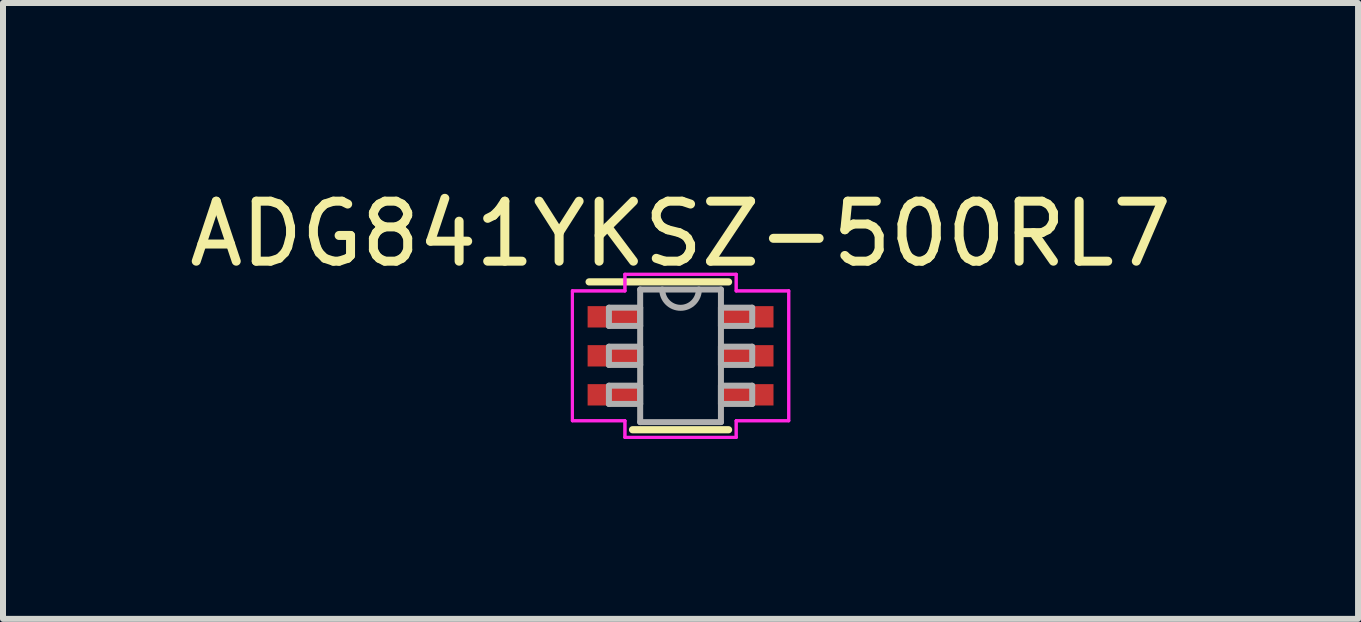
<source format=kicad_pcb>
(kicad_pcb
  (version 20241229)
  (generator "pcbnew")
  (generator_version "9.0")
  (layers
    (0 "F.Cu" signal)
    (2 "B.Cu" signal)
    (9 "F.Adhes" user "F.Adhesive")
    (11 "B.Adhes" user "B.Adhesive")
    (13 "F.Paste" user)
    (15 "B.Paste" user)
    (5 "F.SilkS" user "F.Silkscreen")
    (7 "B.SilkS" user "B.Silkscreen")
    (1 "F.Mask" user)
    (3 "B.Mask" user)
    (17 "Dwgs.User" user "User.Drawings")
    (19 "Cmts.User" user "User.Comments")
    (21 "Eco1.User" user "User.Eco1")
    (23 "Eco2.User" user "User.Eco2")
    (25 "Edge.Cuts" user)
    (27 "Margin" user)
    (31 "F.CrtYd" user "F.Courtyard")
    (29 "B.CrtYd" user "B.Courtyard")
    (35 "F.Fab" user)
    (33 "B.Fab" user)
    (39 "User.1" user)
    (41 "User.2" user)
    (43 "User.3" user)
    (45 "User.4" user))
  (footprint "ADG841YKSZ-500RL7"
    (layer "F.Cu")
    (at 8.292 2.88)
    (property "Reference" "ADG841YKSZ-500RL7" (at 0 -2.032 0) (layer "F.SilkS") (effects (font (size 1 1) (thickness 0.15))))
    (attr through_hole)
    (fp_line (start -0.8 1.232) (end 0.8 1.232) (stroke (width 0.12) (type solid)) (layer "F.SilkS"))
    (fp_line (start 0.8 -1.232) (end -1.524 -1.232) (stroke (width 0.12) (type solid)) (layer "F.SilkS"))
    (fp_line (start -1.803 -1.082) (end -0.927 -1.082) (stroke (width 0.05) (type solid)) (layer "F.CrtYd"))
    (fp_line (start -1.803 -1.082) (end -0.927 -1.082) (stroke (width 0.05) (type solid)) (layer "F.CrtYd"))
    (fp_line (start -1.803 1.082) (end -1.803 -1.082) (stroke (width 0.05) (type solid)) (layer "F.CrtYd"))
    (fp_line (start -1.803 1.082) (end -1.803 -1.082) (stroke (width 0.05) (type solid)) (layer "F.CrtYd"))
    (fp_line (start -1.803 1.082) (end -0.927 1.082) (stroke (width 0.05) (type solid)) (layer "F.CrtYd"))
    (fp_line (start -0.927 -1.359) (end 0.927 -1.359) (stroke (width 0.05) (type solid)) (layer "F.CrtYd"))
    (fp_line (start -0.927 -1.359) (end 0.927 -1.359) (stroke (width 0.05) (type solid)) (layer "F.CrtYd"))
    (fp_line (start -0.927 -1.082) (end -0.927 -1.359) (stroke (width 0.05) (type solid)) (layer "F.CrtYd"))
    (fp_line (start -0.927 -1.082) (end -0.927 -1.359) (stroke (width 0.05) (type solid)) (layer "F.CrtYd"))
    (fp_line (start -0.927 1.082) (end -1.803 1.082) (stroke (width 0.05) (type solid)) (layer "F.CrtYd"))
    (fp_line (start -0.927 1.359) (end -0.927 1.082) (stroke (width 0.05) (type solid)) (layer "F.CrtYd"))
    (fp_line (start -0.927 1.359) (end -0.927 1.082) (stroke (width 0.05) (type solid)) (layer "F.CrtYd"))
    (fp_line (start 0.927 -1.359) (end 0.927 -1.082) (stroke (width 0.05) (type solid)) (layer "F.CrtYd"))
    (fp_line (start 0.927 -1.359) (end 0.927 -1.082) (stroke (width 0.05) (type solid)) (layer "F.CrtYd"))
    (fp_line (start 0.927 -1.082) (end 1.803 -1.082) (stroke (width 0.05) (type solid)) (layer "F.CrtYd"))
    (fp_line (start 0.927 1.082) (end 0.927 1.359) (stroke (width 0.05) (type solid)) (layer "F.CrtYd"))
    (fp_line (start 0.927 1.082) (end 0.927 1.359) (stroke (width 0.05) (type solid)) (layer "F.CrtYd"))
    (fp_line (start 0.927 1.359) (end -0.927 1.359) (stroke (width 0.05) (type solid)) (layer "F.CrtYd"))
    (fp_line (start 0.927 1.359) (end -0.927 1.359) (stroke (width 0.05) (type solid)) (layer "F.CrtYd"))
    (fp_line (start 1.803 -1.082) (end 0.927 -1.082) (stroke (width 0.05) (type solid)) (layer "F.CrtYd"))
    (fp_line (start 1.803 -1.082) (end 1.803 1.082) (stroke (width 0.05) (type solid)) (layer "F.CrtYd"))
    (fp_line (start 1.803 -1.082) (end 1.803 1.082) (stroke (width 0.05) (type solid)) (layer "F.CrtYd"))
    (fp_line (start 1.803 1.082) (end 0.927 1.082) (stroke (width 0.05) (type solid)) (layer "F.CrtYd"))
    (fp_line (start 1.803 1.082) (end 0.927 1.082) (stroke (width 0.05) (type solid)) (layer "F.CrtYd"))
    (fp_line (start -1.194 -0.802) (end -1.194 -0.498) (stroke (width 0.1) (type solid)) (layer "F.Fab"))
    (fp_line (start -1.194 -0.498) (end -0.673 -0.498) (stroke (width 0.1) (type solid)) (layer "F.Fab"))
    (fp_line (start -1.194 -0.152) (end -1.194 0.152) (stroke (width 0.1) (type solid)) (layer "F.Fab"))
    (fp_line (start -1.194 0.152) (end -0.673 0.152) (stroke (width 0.1) (type solid)) (layer "F.Fab"))
    (fp_line (start -1.194 0.498) (end -1.194 0.802) (stroke (width 0.1) (type solid)) (layer "F.Fab"))
    (fp_line (start -1.194 0.802) (end -0.673 0.802) (stroke (width 0.1) (type solid)) (layer "F.Fab"))
    (fp_line (start -0.673 -1.105) (end -0.673 1.105) (stroke (width 0.1) (type solid)) (layer "F.Fab"))
    (fp_line (start -0.673 -0.802) (end -1.194 -0.802) (stroke (width 0.1) (type solid)) (layer "F.Fab"))
    (fp_line (start -0.673 -0.498) (end -0.673 -0.802) (stroke (width 0.1) (type solid)) (layer "F.Fab"))
    (fp_line (start -0.673 -0.152) (end -1.194 -0.152) (stroke (width 0.1) (type solid)) (layer "F.Fab"))
    (fp_line (start -0.673 0.152) (end -0.673 -0.152) (stroke (width 0.1) (type solid)) (layer "F.Fab"))
    (fp_line (start -0.673 0.498) (end -1.194 0.498) (stroke (width 0.1) (type solid)) (layer "F.Fab"))
    (fp_line (start -0.673 0.802) (end -0.673 0.498) (stroke (width 0.1) (type solid)) (layer "F.Fab"))
    (fp_line (start -0.673 1.105) (end 0.673 1.105) (stroke (width 0.1) (type solid)) (layer "F.Fab"))
    (fp_line (start 0.673 -1.105) (end -0.673 -1.105) (stroke (width 0.1) (type solid)) (layer "F.Fab"))
    (fp_line (start 0.673 -0.802) (end 0.673 -0.498) (stroke (width 0.1) (type solid)) (layer "F.Fab"))
    (fp_line (start 0.673 -0.498) (end 1.194 -0.498) (stroke (width 0.1) (type solid)) (layer "F.Fab"))
    (fp_line (start 0.673 -0.152) (end 0.673 0.152) (stroke (width 0.1) (type solid)) (layer "F.Fab"))
    (fp_line (start 0.673 0.152) (end 1.194 0.152) (stroke (width 0.1) (type solid)) (layer "F.Fab"))
    (fp_line (start 0.673 0.498) (end 0.673 0.802) (stroke (width 0.1) (type solid)) (layer "F.Fab"))
    (fp_line (start 0.673 0.802) (end 1.194 0.802) (stroke (width 0.1) (type solid)) (layer "F.Fab"))
    (fp_line (start 0.673 1.105) (end 0.673 -1.105) (stroke (width 0.1) (type solid)) (layer "F.Fab"))
    (fp_line (start 1.194 -0.802) (end 0.673 -0.802) (stroke (width 0.1) (type solid)) (layer "F.Fab"))
    (fp_line (start 1.194 -0.498) (end 1.194 -0.802) (stroke (width 0.1) (type solid)) (layer "F.Fab"))
    (fp_line (start 1.194 -0.152) (end 0.673 -0.152) (stroke (width 0.1) (type solid)) (layer "F.Fab"))
    (fp_line (start 1.194 0.152) (end 1.194 -0.152) (stroke (width 0.1) (type solid)) (layer "F.Fab"))
    (fp_line (start 1.194 0.498) (end 0.673 0.498) (stroke (width 0.1) (type solid)) (layer "F.Fab"))
    (fp_line (start 1.194 0.802) (end 1.194 0.498) (stroke (width 0.1) (type solid)) (layer "F.Fab"))
    (fp_arc (start 0.3048 -1.1049) (mid 0 -0.8001) (end -0.3048 -1.1049) (stroke (width 0.1) (type solid)) (layer "F.Fab"))
    (pad "1" smd rect (at -1.111 -0.65) (size 0.876 0.356) (layers "F.Cu" "F.Mask" "F.Paste"))
    (pad "2" smd rect (at -1.111 0) (size 0.876 0.356) (layers "F.Cu" "F.Mask" "F.Paste"))
    (pad "3" smd rect (at -1.111 0.65) (size 0.876 0.356) (layers "F.Cu" "F.Mask" "F.Paste"))
    (pad "4" smd rect (at 1.111 0.65) (size 0.876 0.356) (layers "F.Cu" "F.Mask" "F.Paste"))
    (pad "5" smd rect (at 1.111 0) (size 0.876 0.356) (layers "F.Cu" "F.Mask" "F.Paste"))
    (pad "6" smd rect (at 1.111 -0.65) (size 0.876 0.356) (layers "F.Cu" "F.Mask" "F.Paste")))
  (gr_rect
    (start -3 -3)
    (end 19.583 7.264)
    (stroke (width 0.1) (type default))
    (fill no)
    (layer "Edge.Cuts")))
</source>
